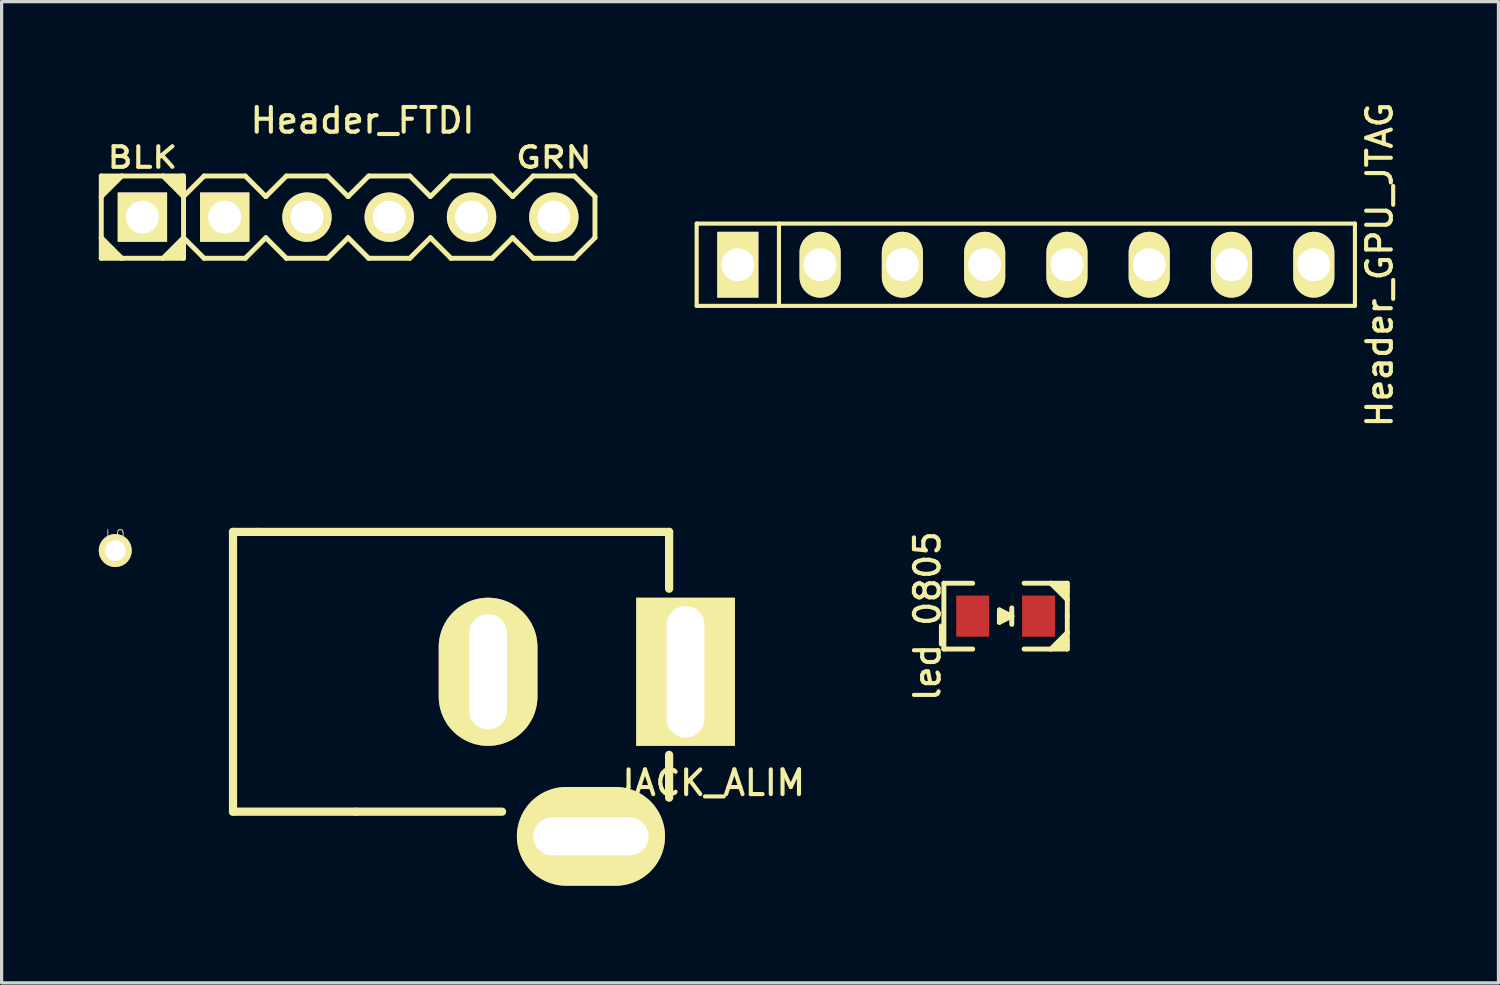
<source format=kicad_pcb>
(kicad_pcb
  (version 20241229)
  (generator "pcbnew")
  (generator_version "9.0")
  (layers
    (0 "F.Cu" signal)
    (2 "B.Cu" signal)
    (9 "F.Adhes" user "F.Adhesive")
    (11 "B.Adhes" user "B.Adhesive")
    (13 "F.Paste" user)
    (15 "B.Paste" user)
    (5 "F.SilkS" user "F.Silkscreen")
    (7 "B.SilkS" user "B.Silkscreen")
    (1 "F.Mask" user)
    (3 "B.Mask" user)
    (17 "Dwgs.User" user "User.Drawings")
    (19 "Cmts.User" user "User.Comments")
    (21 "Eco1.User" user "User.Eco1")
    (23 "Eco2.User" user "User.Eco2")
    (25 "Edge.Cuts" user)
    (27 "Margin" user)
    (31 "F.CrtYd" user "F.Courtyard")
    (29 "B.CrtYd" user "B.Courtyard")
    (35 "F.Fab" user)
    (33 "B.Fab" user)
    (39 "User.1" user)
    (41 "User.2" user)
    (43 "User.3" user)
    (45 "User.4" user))
  (footprint "led_0805"
    (layer "F.Cu")
    (at 27.992 15.97)
    (property "Reference" "led_0805" (at -2.413 0 90) (layer "F.SilkS") (effects (font (size 0.762 0.762) (thickness 0.127))))
    (attr smd)
    (fp_line (start -1.905 -1.016) (end -1.905 1.016) (stroke (width 0.152) (type solid)) (layer "F.SilkS"))
    (fp_line (start -1.905 1.016) (end -1.016 1.016) (stroke (width 0.152) (type solid)) (layer "F.SilkS"))
    (fp_line (start -1.016 -1.016) (end -1.905 -1.016) (stroke (width 0.152) (type solid)) (layer "F.SilkS"))
    (fp_line (start -0.191 -0.191) (end -0.191 0.191) (stroke (width 0.152) (type solid)) (layer "F.SilkS"))
    (fp_line (start -0.191 0) (end 0.191 0) (stroke (width 0.152) (type solid)) (layer "F.SilkS"))
    (fp_line (start -0.191 0.191) (end 0.191 0) (stroke (width 0.152) (type solid)) (layer "F.SilkS"))
    (fp_line (start 0.191 -0.254) (end 0.191 0.254) (stroke (width 0.152) (type solid)) (layer "F.SilkS"))
    (fp_line (start 0.191 0) (end -0.191 -0.191) (stroke (width 0.152) (type solid)) (layer "F.SilkS"))
    (fp_line (start 0.572 -1.016) (end 1.397 -1.016) (stroke (width 0.152) (type solid)) (layer "F.SilkS"))
    (fp_line (start 0.572 1.016) (end 1.397 1.016) (stroke (width 0.152) (type solid)) (layer "F.SilkS"))
    (fp_line (start 1.397 1.016) (end 1.905 0.508) (stroke (width 0.152) (type solid)) (layer "F.SilkS"))
    (fp_line (start 1.905 -1.016) (end 1.397 -1.016) (stroke (width 0.152) (type solid)) (layer "F.SilkS"))
    (fp_line (start 1.905 -0.889) (end 1.587 -0.889) (stroke (width 0.152) (type solid)) (layer "F.SilkS"))
    (fp_line (start 1.905 -0.762) (end 1.714 -0.762) (stroke (width 0.152) (type solid)) (layer "F.SilkS"))
    (fp_line (start 1.905 -0.508) (end 1.397 -1.016) (stroke (width 0.152) (type solid)) (layer "F.SilkS"))
    (fp_line (start 1.905 -0.508) (end 1.905 -1.016) (stroke (width 0.152) (type solid)) (layer "F.SilkS"))
    (fp_line (start 1.905 0) (end 1.905 -0.508) (stroke (width 0.152) (type solid)) (layer "F.SilkS"))
    (fp_line (start 1.905 0.508) (end 1.905 0) (stroke (width 0.152) (type solid)) (layer "F.SilkS"))
    (fp_line (start 1.905 0.508) (end 1.905 1.016) (stroke (width 0.152) (type solid)) (layer "F.SilkS"))
    (fp_line (start 1.905 0.762) (end 1.714 0.762) (stroke (width 0.152) (type solid)) (layer "F.SilkS"))
    (fp_line (start 1.905 0.889) (end 1.587 0.889) (stroke (width 0.152) (type solid)) (layer "F.SilkS"))
    (fp_line (start 1.905 1.016) (end 1.397 1.016) (stroke (width 0.152) (type solid)) (layer "F.SilkS"))
    (pad "1" smd rect (at 1.016 0) (size 1.016 1.27) (layers "F.Cu" "F.Mask" "F.Paste"))
    (pad "2" smd rect (at -1.016 0) (size 1.016 1.27) (layers "F.Cu" "F.Mask" "F.Paste")))
  (footprint "Header_GPU_JTAG"
    (layer "F.Cu")
    (at 28.616 5.122)
    (property "Reference" "Header_GPU_JTAG" (at 10.922 0 270) (layer "F.SilkS") (effects (font (size 0.762 0.762) (thickness 0.127))))
    (attr smd)
    (fp_line (start -10.16 -1.27) (end 10.16 -1.27) (stroke (width 0.127) (type solid)) (layer "F.SilkS"))
    (fp_line (start -10.16 1.27) (end -10.16 -1.27) (stroke (width 0.127) (type solid)) (layer "F.SilkS"))
    (fp_line (start -7.62 1.27) (end -7.62 -1.27) (stroke (width 0.127) (type solid)) (layer "F.SilkS"))
    (fp_line (start 10.16 -1.27) (end 10.16 1.27) (stroke (width 0.127) (type solid)) (layer "F.SilkS"))
    (fp_line (start 10.16 1.27) (end -10.16 1.27) (stroke (width 0.127) (type solid)) (layer "F.SilkS"))
    (pad "1" thru_hole rect (at -8.89 0) (size 1.27 2.032) (drill 1.016) (layers "*.Cu" "*.Mask" "F.SilkS"))
    (pad "2" thru_hole oval (at -6.35 0) (size 1.27 2.032) (drill 1.016) (layers "*.Cu" "*.Mask" "F.SilkS"))
    (pad "3" thru_hole oval (at -3.81 0) (size 1.27 2.032) (drill 1.016) (layers "*.Cu" "*.Mask" "F.SilkS"))
    (pad "4" thru_hole oval (at -1.27 0) (size 1.27 2.032) (drill 1.016) (layers "*.Cu" "*.Mask" "F.SilkS"))
    (pad "5" thru_hole oval (at 1.27 0) (size 1.27 2.032) (drill 1.016) (layers "*.Cu" "*.Mask" "F.SilkS"))
    (pad "6" thru_hole oval (at 3.81 0) (size 1.27 2.032) (drill 1.016) (layers "*.Cu" "*.Mask" "F.SilkS"))
    (pad "7" thru_hole oval (at 6.35 0) (size 1.27 2.032) (drill 1.016) (layers "*.Cu" "*.Mask" "F.SilkS"))
    (pad "8" thru_hole oval (at 8.89 0) (size 1.27 2.032) (drill 1.016) (layers "*.Cu" "*.Mask" "F.SilkS")))
  (footprint "I_O"
    (layer "F.Cu")
    (at 0.508 13.945)
    (property "Reference" "I_O" (at 0 -0.508 0) (layer "F.SilkS") (effects (font (size 0.254 0.254) (thickness 0.025))))
    (attr smd)
    (pad "1" thru_hole circle (at 0 0) (size 1.016 1.016) (drill 0.635) (layers "*.Cu" "*.Mask" "F.SilkS")))
  (footprint "JACK_ALIM"
    (layer "F.Cu")
    (at 12.017 17.688)
    (property "Reference" "JACK_ALIM" (at 6.858 3.429 0) (layer "F.SilkS") (effects (font (size 0.762 0.762) (thickness 0.127))))
    (attr smd)
    (fp_line (start -7.874 -4.318) (end -7.874 4.318) (stroke (width 0.254) (type solid)) (layer "F.SilkS"))
    (fp_line (start -7.874 4.318) (end -4.064 4.318) (stroke (width 0.254) (type solid)) (layer "F.SilkS"))
    (fp_line (start -7.112 -4.318) (end -7.874 -4.318) (stroke (width 0.254) (type solid)) (layer "F.SilkS"))
    (fp_line (start -7.112 -4.318) (end 5.588 -4.318) (stroke (width 0.254) (type solid)) (layer "F.SilkS"))
    (fp_line (start -4.064 4.318) (end 0.432 4.318) (stroke (width 0.254) (type solid)) (layer "F.SilkS"))
    (fp_line (start 5.588 -4.318) (end 5.588 -2.565) (stroke (width 0.254) (type solid)) (layer "F.SilkS"))
    (fp_line (start 5.588 3.886) (end 5.588 2.565) (stroke (width 0.254) (type solid)) (layer "F.SilkS"))
    (pad "1" thru_hole rect (at 6.096 0) (size 3.048 4.572) (drill oval 1.168 4.064) (layers "*.Cu" "*.Mask" "F.SilkS"))
    (pad "2" thru_hole oval (at 0 0) (size 3.048 4.572) (drill oval 1.168 3.556) (layers "*.Cu" "*.Mask" "F.SilkS"))
    (pad "3" thru_hole oval (at 3.175 5.08) (size 4.572 3.048) (drill oval 3.556 1.168) (layers "*.Cu" "*.Mask" "F.SilkS")))
  (footprint "Header_FTDI"
    (layer "F.Cu")
    (at 7.696 3.653)
    (property "Reference" "Header_FTDI" (at 0.445 -2.985 0) (layer "F.SilkS") (effects (font (size 0.762 0.762) (thickness 0.127))))
    (attr smd)
    (fp_line (start -7.62 -1.27) (end -6.985 -1.27) (stroke (width 0.152) (type solid)) (layer "F.SilkS"))
    (fp_line (start -7.62 -0.635) (end -7.62 -1.27) (stroke (width 0.152) (type solid)) (layer "F.SilkS"))
    (fp_line (start -7.62 -0.635) (end -7.62 0.635) (stroke (width 0.152) (type solid)) (layer "F.SilkS"))
    (fp_line (start -7.62 0.635) (end -7.62 1.27) (stroke (width 0.152) (type solid)) (layer "F.SilkS"))
    (fp_line (start -7.62 0.635) (end -6.985 1.27) (stroke (width 0.152) (type solid)) (layer "F.SilkS"))
    (fp_line (start -7.62 1.27) (end -6.985 1.27) (stroke (width 0.152) (type solid)) (layer "F.SilkS"))
    (fp_line (start -7.493 -1.206) (end -7.493 -0.826) (stroke (width 0.152) (type solid)) (layer "F.SilkS"))
    (fp_line (start -7.493 1.206) (end -7.493 0.826) (stroke (width 0.152) (type solid)) (layer "F.SilkS"))
    (fp_line (start -7.366 -1.206) (end -7.366 -0.953) (stroke (width 0.152) (type solid)) (layer "F.SilkS"))
    (fp_line (start -7.366 1.206) (end -7.366 0.953) (stroke (width 0.152) (type solid)) (layer "F.SilkS"))
    (fp_line (start -7.239 -1.206) (end -7.239 -1.079) (stroke (width 0.152) (type solid)) (layer "F.SilkS"))
    (fp_line (start -7.239 1.206) (end -7.239 1.079) (stroke (width 0.152) (type solid)) (layer "F.SilkS"))
    (fp_line (start -6.985 -1.27) (end -7.62 -0.635) (stroke (width 0.152) (type solid)) (layer "F.SilkS"))
    (fp_line (start -6.985 1.27) (end -5.715 1.27) (stroke (width 0.152) (type solid)) (layer "F.SilkS"))
    (fp_line (start -5.715 -1.27) (end -6.985 -1.27) (stroke (width 0.152) (type solid)) (layer "F.SilkS"))
    (fp_line (start -5.715 -1.27) (end -5.144 -1.27) (stroke (width 0.152) (type solid)) (layer "F.SilkS"))
    (fp_line (start -5.715 1.27) (end -5.08 0.635) (stroke (width 0.152) (type solid)) (layer "F.SilkS"))
    (fp_line (start -5.461 -1.206) (end -5.461 -1.079) (stroke (width 0.152) (type solid)) (layer "F.SilkS"))
    (fp_line (start -5.461 1.206) (end -5.461 1.079) (stroke (width 0.152) (type solid)) (layer "F.SilkS"))
    (fp_line (start -5.334 -1.206) (end -5.334 -0.953) (stroke (width 0.152) (type solid)) (layer "F.SilkS"))
    (fp_line (start -5.334 1.206) (end -5.334 1.016) (stroke (width 0.152) (type solid)) (layer "F.SilkS"))
    (fp_line (start -5.207 -1.206) (end -5.207 -0.826) (stroke (width 0.152) (type solid)) (layer "F.SilkS"))
    (fp_line (start -5.207 1.206) (end -5.207 0.826) (stroke (width 0.152) (type solid)) (layer "F.SilkS"))
    (fp_line (start -5.144 -1.27) (end -5.08 -1.27) (stroke (width 0.152) (type solid)) (layer "F.SilkS"))
    (fp_line (start -5.08 -1.27) (end -5.08 -0.699) (stroke (width 0.152) (type solid)) (layer "F.SilkS"))
    (fp_line (start -5.08 -0.635) (end -5.715 -1.27) (stroke (width 0.152) (type solid)) (layer "F.SilkS"))
    (fp_line (start -5.08 -0.635) (end -5.08 0.635) (stroke (width 0.152) (type solid)) (layer "F.SilkS"))
    (fp_line (start -5.08 0.635) (end -5.08 1.27) (stroke (width 0.152) (type solid)) (layer "F.SilkS"))
    (fp_line (start -5.08 0.635) (end -4.445 1.27) (stroke (width 0.152) (type solid)) (layer "F.SilkS"))
    (fp_line (start -5.08 1.27) (end -5.715 1.27) (stroke (width 0.152) (type solid)) (layer "F.SilkS"))
    (fp_line (start -4.445 -1.27) (end -5.08 -0.635) (stroke (width 0.152) (type solid)) (layer "F.SilkS"))
    (fp_line (start -4.445 1.27) (end -3.175 1.27) (stroke (width 0.152) (type solid)) (layer "F.SilkS"))
    (fp_line (start -3.175 -1.27) (end -4.445 -1.27) (stroke (width 0.152) (type solid)) (layer "F.SilkS"))
    (fp_line (start -3.175 1.27) (end -2.54 0.635) (stroke (width 0.152) (type solid)) (layer "F.SilkS"))
    (fp_line (start -2.54 -0.635) (end -3.175 -1.27) (stroke (width 0.152) (type solid)) (layer "F.SilkS"))
    (fp_line (start -2.54 0.635) (end -1.905 1.27) (stroke (width 0.152) (type solid)) (layer "F.SilkS"))
    (fp_line (start -1.905 -1.27) (end -2.54 -0.635) (stroke (width 0.152) (type solid)) (layer "F.SilkS"))
    (fp_line (start -1.905 1.27) (end -0.635 1.27) (stroke (width 0.152) (type solid)) (layer "F.SilkS"))
    (fp_line (start -0.635 -1.27) (end -1.905 -1.27) (stroke (width 0.152) (type solid)) (layer "F.SilkS"))
    (fp_line (start -0.635 1.27) (end 0 0.635) (stroke (width 0.152) (type solid)) (layer "F.SilkS"))
    (fp_line (start 0 -0.635) (end -0.635 -1.27) (stroke (width 0.152) (type solid)) (layer "F.SilkS"))
    (fp_line (start 0 0.635) (end 0.635 1.27) (stroke (width 0.152) (type solid)) (layer "F.SilkS"))
    (fp_line (start 0.635 -1.27) (end 0 -0.635) (stroke (width 0.152) (type solid)) (layer "F.SilkS"))
    (fp_line (start 0.635 1.27) (end 1.905 1.27) (stroke (width 0.152) (type solid)) (layer "F.SilkS"))
    (fp_line (start 1.905 -1.27) (end 0.635 -1.27) (stroke (width 0.152) (type solid)) (layer "F.SilkS"))
    (fp_line (start 1.905 1.27) (end 2.54 0.635) (stroke (width 0.152) (type solid)) (layer "F.SilkS"))
    (fp_line (start 2.54 -0.635) (end 1.905 -1.27) (stroke (width 0.152) (type solid)) (layer "F.SilkS"))
    (fp_line (start 2.54 0.635) (end 3.175 1.27) (stroke (width 0.152) (type solid)) (layer "F.SilkS"))
    (fp_line (start 3.175 -1.27) (end 2.54 -0.635) (stroke (width 0.152) (type solid)) (layer "F.SilkS"))
    (fp_line (start 3.175 1.27) (end 4.445 1.27) (stroke (width 0.152) (type solid)) (layer "F.SilkS"))
    (fp_line (start 4.445 -1.27) (end 3.175 -1.27) (stroke (width 0.152) (type solid)) (layer "F.SilkS"))
    (fp_line (start 4.445 1.27) (end 5.08 0.635) (stroke (width 0.152) (type solid)) (layer "F.SilkS"))
    (fp_line (start 5.08 -0.635) (end 4.445 -1.27) (stroke (width 0.152) (type solid)) (layer "F.SilkS"))
    (fp_line (start 5.08 0.635) (end 5.715 1.27) (stroke (width 0.152) (type solid)) (layer "F.SilkS"))
    (fp_line (start 5.715 -1.27) (end 5.08 -0.635) (stroke (width 0.152) (type solid)) (layer "F.SilkS"))
    (fp_line (start 5.715 1.27) (end 6.985 1.27) (stroke (width 0.152) (type solid)) (layer "F.SilkS"))
    (fp_line (start 6.985 -1.27) (end 5.715 -1.27) (stroke (width 0.152) (type solid)) (layer "F.SilkS"))
    (fp_line (start 6.985 1.27) (end 7.62 0.635) (stroke (width 0.152) (type solid)) (layer "F.SilkS"))
    (fp_line (start 7.62 -0.635) (end 6.985 -1.27) (stroke (width 0.152) (type solid)) (layer "F.SilkS"))
    (fp_line (start 7.62 0.635) (end 7.62 -0.635) (stroke (width 0.152) (type solid)) (layer "F.SilkS"))
    (fp_text user "BLK" (at -6.35 -1.841 0) (layer "F.SilkS") (effects (font (size 0.635 0.762) (thickness 0.127))))
    (fp_text user "GRN" (at 6.35 -1.841 0) (layer "F.SilkS") (effects (font (size 0.635 0.762) (thickness 0.127))))
    (pad "1" thru_hole rect (at -6.35 0) (size 1.524 1.524) (drill 1.016) (layers "*.Cu" "*.Mask" "F.SilkS"))
    (pad "2" thru_hole rect (at -3.81 0) (size 1.524 1.524) (drill 1.016) (layers "*.Cu" "*.Mask" "F.SilkS"))
    (pad "3" thru_hole circle (at -1.27 0) (size 1.524 1.524) (drill 1.016) (layers "*.Cu" "*.Mask" "F.SilkS"))
    (pad "4" thru_hole circle (at 1.27 0) (size 1.524 1.524) (drill 1.016) (layers "*.Cu" "*.Mask" "F.SilkS"))
    (pad "5" thru_hole circle (at 3.81 0) (size 1.524 1.524) (drill 1.016) (layers "*.Cu" "*.Mask" "F.SilkS"))
    (pad "6" thru_hole circle (at 6.35 0) (size 1.524 1.524) (drill 1.016) (layers "*.Cu" "*.Mask" "F.SilkS")))
  (gr_rect
    (start -3 -3)
    (end 43.207 27.292)
    (stroke (width 0.1) (type default))
    (fill no)
    (layer "Edge.Cuts")))
</source>
